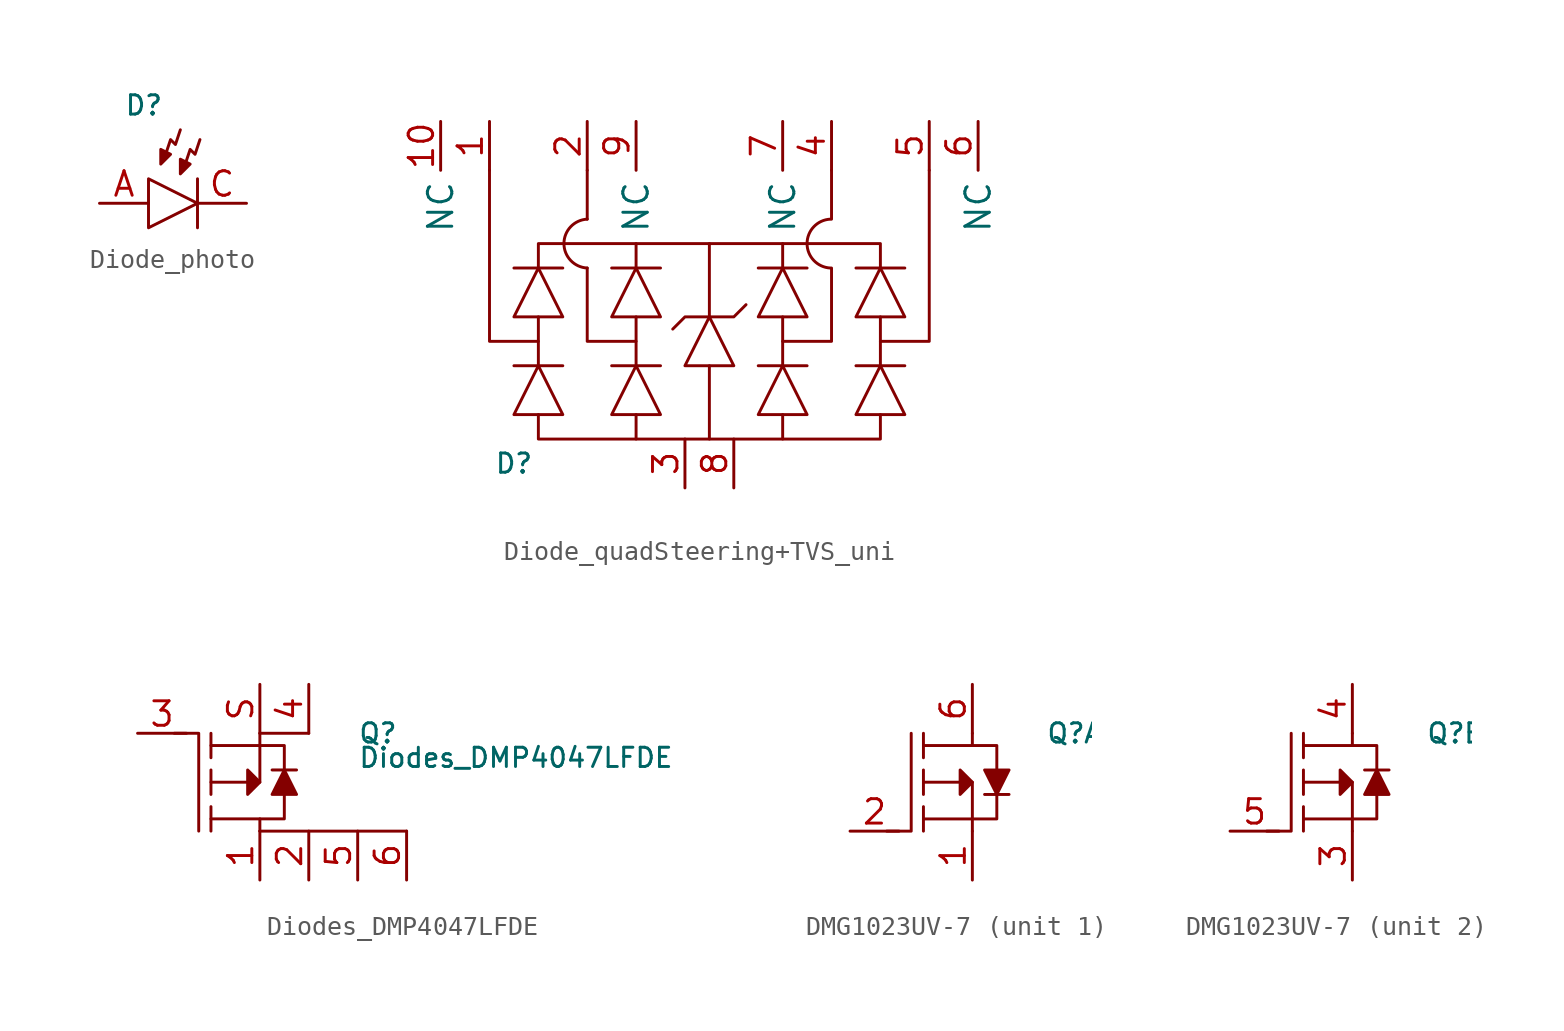
<source format=kicad_sym>
(kicad_symbol_lib
  (version 20231120)
  (generator "kicad_symbol_editor")
  (generator_version "8.0")
  (symbol "Diode_photo"
    (property "Reference" "D"
      (at -2.54 5.08 0)
      (effects (font (size 1 1)) (justify left)))
    (symbol "Diode_photo_0_1"
      (polyline (pts (xy 1.27 1.27) (xy 1.27 -1.27)) (stroke (width 0) (type default)) (fill (type none)))
      (polyline (pts (xy -1.27 1.27) (xy -1.27 -1.27) (xy 1.27 0) (xy -1.27 1.27)) (stroke (width 0) (type default)) (fill (type none)))
      (polyline (pts (xy -0.127 2.54) (xy -0.635 2.794) (xy -0.635 2.032) (xy -0.127 2.54)) (stroke (width 0) (type default)) (fill (type outline)))
      (polyline (pts (xy 0.381 3.81) (xy 0.127 3.048) (xy -0.127 3.302) (xy -0.381 2.54)) (stroke (width 0) (type default)) (fill (type none)))
      (polyline (pts (xy 0.889 2.032) (xy 0.381 2.286) (xy 0.381 1.524) (xy 0.889 2.032)) (stroke (width 0) (type default)) (fill (type outline)))
      (polyline (pts (xy 1.397 3.302) (xy 1.143 2.54) (xy 0.889 2.794) (xy 0.635 2.032)) (stroke (width 0) (type default)) (fill (type none))))
    (symbol "Diode_photo_1_1"
      (pin passive line (at -3.81 0 0) (length 2.54) (name "~" (effects (font (size 1.27 1.27)))) (number "A" (effects (font (size 1.27 1.27)))))
      (pin passive line (at 3.81 0 180) (length 2.54) (name "~" (effects (font (size 1.27 1.27)))) (number "C" (effects (font (size 1.27 1.27)))))))
  (symbol "Diode_quadSteering+TVS_uni"
    (property "Reference" "D"
      (at -10.16 -6.35 0)
      (effects (font (size 1 1))))
    (symbol "Diode_quadSteering+TVS_uni_0_1"
      (arc (start -6.35 6.35) (mid -7.5598 5.08) (end -6.35 3.81) (stroke (width 0.1524) (type default)) (fill (type none)))
      (polyline (pts (xy -10.16 -1.27) (xy -7.62 -1.27)) (stroke (width 0) (type default)) (fill (type none)))
      (polyline (pts (xy -10.16 3.81) (xy -7.62 3.81)) (stroke (width 0) (type default)) (fill (type none)))
      (polyline (pts (xy -8.89 -1.27) (xy -8.89 1.27)) (stroke (width 0) (type default)) (fill (type none)))
      (polyline (pts (xy -6.35 6.35) (xy -6.35 8.89)) (stroke (width 0.152) (type default)) (fill (type none)))
      (polyline (pts (xy -5.08 -1.27) (xy -2.54 -1.27)) (stroke (width 0) (type default)) (fill (type none)))
      (polyline (pts (xy -5.08 3.81) (xy -2.54 3.81)) (stroke (width 0) (type default)) (fill (type none)))
      (polyline (pts (xy -3.81 -1.27) (xy -3.81 1.27)) (stroke (width 0) (type default)) (fill (type none)))
      (polyline (pts (xy 0 -1.27) (xy 0 -5.08)) (stroke (width 0) (type default)) (fill (type none)))
      (polyline (pts (xy 0 1.27) (xy 0 5.08)) (stroke (width 0) (type default)) (fill (type none)))
      (polyline (pts (xy 2.54 -1.27) (xy 5.08 -1.27)) (stroke (width 0) (type default)) (fill (type none)))
      (polyline (pts (xy 2.54 3.81) (xy 5.08 3.81)) (stroke (width 0) (type default)) (fill (type none)))
      (polyline (pts (xy 3.81 -1.27) (xy 3.81 1.27)) (stroke (width 0) (type default)) (fill (type none)))
      (polyline (pts (xy 6.35 6.35) (xy 6.35 8.89)) (stroke (width 0.152) (type default)) (fill (type none)))
      (polyline (pts (xy 7.62 -1.27) (xy 10.16 -1.27)) (stroke (width 0) (type default)) (fill (type none)))
      (polyline (pts (xy 7.62 3.81) (xy 10.16 3.81)) (stroke (width 0) (type default)) (fill (type none)))
      (polyline (pts (xy 8.89 -1.27) (xy 8.89 1.27)) (stroke (width 0) (type default)) (fill (type none)))
      (polyline (pts (xy -11.43 8.89) (xy -11.43 0) (xy -8.89 0)) (stroke (width 0.152) (type default)) (fill (type none)))
      (polyline (pts (xy -8.89 -3.81) (xy -8.89 -5.08) (xy -3.81 -5.08)) (stroke (width 0.152) (type default)) (fill (type none)))
      (polyline (pts (xy -8.89 3.81) (xy -8.89 5.08) (xy -3.81 5.08)) (stroke (width 0.152) (type default)) (fill (type none)))
      (polyline (pts (xy -6.35 3.81) (xy -6.35 0) (xy -3.81 0)) (stroke (width 0.152) (type default)) (fill (type none)))
      (polyline (pts (xy 6.35 3.81) (xy 6.35 0) (xy 3.81 0)) (stroke (width 0.152) (type default)) (fill (type none)))
      (polyline (pts (xy 8.89 -3.81) (xy 8.89 -5.08) (xy 3.81 -5.08)) (stroke (width 0.152) (type default)) (fill (type none)))
      (polyline (pts (xy 8.89 3.81) (xy 8.89 5.08) (xy 3.81 5.08)) (stroke (width 0.152) (type default)) (fill (type none)))
      (polyline (pts (xy 11.43 8.89) (xy 11.43 0) (xy 8.89 0)) (stroke (width 0.152) (type default)) (fill (type none)))
      (polyline (pts (xy -7.62 -3.81) (xy -10.16 -3.81) (xy -8.89 -1.27) (xy -7.62 -3.81)) (stroke (width 0) (type default)) (fill (type none)))
      (polyline (pts (xy -7.62 1.27) (xy -10.16 1.27) (xy -8.89 3.81) (xy -7.62 1.27)) (stroke (width 0) (type default)) (fill (type none)))
      (polyline (pts (xy -3.81 -3.81) (xy -3.81 -5.08) (xy 3.81 -5.08) (xy 3.81 -3.81)) (stroke (width 0) (type default)) (fill (type none)))
      (polyline (pts (xy -3.81 3.81) (xy -3.81 5.08) (xy 3.81 5.08) (xy 3.81 3.81)) (stroke (width 0) (type default)) (fill (type none)))
      (polyline (pts (xy -2.54 -3.81) (xy -5.08 -3.81) (xy -3.81 -1.27) (xy -2.54 -3.81)) (stroke (width 0) (type default)) (fill (type none)))
      (polyline (pts (xy -2.54 1.27) (xy -5.08 1.27) (xy -3.81 3.81) (xy -2.54 1.27)) (stroke (width 0) (type default)) (fill (type none)))
      (polyline (pts (xy -1.905 0.635) (xy -1.27 1.27) (xy 1.27 1.27) (xy 1.905 1.905)) (stroke (width 0) (type default)) (fill (type none)))
      (polyline (pts (xy 0 1.27) (xy -1.27 -1.27) (xy 1.27 -1.27) (xy 0 1.27)) (stroke (width 0) (type default)) (fill (type none)))
      (polyline (pts (xy 5.08 -3.81) (xy 2.54 -3.81) (xy 3.81 -1.27) (xy 5.08 -3.81)) (stroke (width 0) (type default)) (fill (type none)))
      (polyline (pts (xy 5.08 1.27) (xy 2.54 1.27) (xy 3.81 3.81) (xy 5.08 1.27)) (stroke (width 0) (type default)) (fill (type none)))
      (polyline (pts (xy 10.16 -3.81) (xy 7.62 -3.81) (xy 8.89 -1.27) (xy 10.16 -3.81)) (stroke (width 0) (type default)) (fill (type none)))
      (polyline (pts (xy 10.16 1.27) (xy 7.62 1.27) (xy 8.89 3.81) (xy 10.16 1.27)) (stroke (width 0) (type default)) (fill (type none)))
      (arc (start 6.2883 6.35) (mid 5.0785 5.08) (end 6.2883 3.81) (stroke (width 0.1524) (type default)) (fill (type none))))
    (symbol "Diode_quadSteering+TVS_uni_1_1"
      (pin passive line (at -11.43 11.43 270) (length 2.54) (name "~" (effects (font (size 1.27 1.27)))) (number "1" (effects (font (size 1.27 1.27)))))
      (pin passive line (at -13.97 11.43 270) (length 2.54) (name "NC" (effects (font (size 1.27 1.27)))) (number "10" (effects (font (size 1.27 1.27)))))
      (pin passive line (at -6.35 11.43 270) (length 2.54) (name "~" (effects (font (size 1.27 1.27)))) (number "2" (effects (font (size 1.27 1.27)))))
      (pin passive line (at -1.27 -7.62 90) (length 2.54) (name "~" (effects (font (size 1.27 1.27)))) (number "3" (effects (font (size 1.27 1.27)))))
      (pin passive line (at 6.35 11.43 270) (length 2.54) (name "~" (effects (font (size 1.27 1.27)))) (number "4" (effects (font (size 1.27 1.27)))))
      (pin passive line (at 11.43 11.43 270) (length 2.54) (name "~" (effects (font (size 1.27 1.27)))) (number "5" (effects (font (size 1.27 1.27)))))
      (pin passive line (at 13.97 11.43 270) (length 2.54) (name "NC" (effects (font (size 1.27 1.27)))) (number "6" (effects (font (size 1.27 1.27)))))
      (pin passive line (at 3.81 11.43 270) (length 2.54) (name "NC" (effects (font (size 1.27 1.27)))) (number "7" (effects (font (size 1.27 1.27)))))
      (pin passive line (at 1.27 -7.62 90) (length 2.54) (name "~" (effects (font (size 1.27 1.27)))) (number "8" (effects (font (size 1.27 1.27)))))
      (pin passive line (at -3.81 11.43 270) (length 2.54) (name "NC" (effects (font (size 1.27 1.27)))) (number "9" (effects (font (size 1.27 1.27)))))))
  (symbol "Diodes_DMP4047LFDE"
    (pin_names hide)
    (property "Reference" "Q"
      (at 5.08 2.54 0)
      (effects (font (size 1 1)) (justify left)))
    (property "Value" "Diodes_DMP4047LFDE"
      (at 5.08 1.27 0)
      (effects (font (size 1 1)) (justify left)))
    (symbol "Diodes_DMP4047LFDE_0_1"
      (polyline (pts (xy -2.54 -2.54) (xy -2.54 -1.27)) (stroke (width 0) (type default)) (fill (type none)))
      (polyline (pts (xy -2.54 -0.635) (xy -2.54 0.635)) (stroke (width 0) (type default)) (fill (type none)))
      (polyline (pts (xy -2.54 1.27) (xy -2.54 2.54)) (stroke (width 0) (type default)) (fill (type none)))
      (polyline (pts (xy -2.54 1.905) (xy 0 1.905)) (stroke (width 0) (type default)) (fill (type none)))
      (polyline (pts (xy 0.635 0.635) (xy 1.905 0.635)) (stroke (width 0) (type default)) (fill (type none)))
      (polyline (pts (xy 2.54 2.54) (xy 0 2.54)) (stroke (width 0.152) (type default)) (fill (type none)))
      (polyline (pts (xy 7.62 -2.54) (xy 0 -2.54)) (stroke (width 0.152) (type default)) (fill (type none)))
      (polyline (pts (xy -3.175 -2.54) (xy -3.175 2.54) (xy -4.445 2.54)) (stroke (width 0) (type default)) (fill (type none)))
      (polyline (pts (xy -2.54 -1.905) (xy 0 -1.905) (xy 0 -2.54)) (stroke (width 0) (type default)) (fill (type none)))
      (polyline (pts (xy -2.54 0) (xy 0 0) (xy 0 2.54)) (stroke (width 0) (type default)) (fill (type none)))
      (polyline (pts (xy 1.27 -0.635) (xy 1.27 -1.905) (xy 0 -1.905)) (stroke (width 0) (type default)) (fill (type none)))
      (polyline (pts (xy 1.27 0.635) (xy 1.27 1.905) (xy 0 1.905)) (stroke (width 0) (type default)) (fill (type none)))
      (polyline (pts (xy -0.635 -0.635) (xy -0.635 0.635) (xy 0 0) (xy -0.635 -0.635)) (stroke (width 0) (type default)) (fill (type outline)))
      (polyline (pts (xy 0.635 -0.635) (xy 1.905 -0.635) (xy 1.27 0.635) (xy 0.635 -0.635)) (stroke (width 0) (type default)) (fill (type outline))))
    (symbol "Diodes_DMP4047LFDE_1_1"
      (pin bidirectional line (at 0 -5.08 90) (length 2.54) (name "D" (effects (font (size 1.27 1.27)))) (number "1" (effects (font (size 1.27 1.27)))))
      (pin bidirectional line (at 2.54 -5.08 90) (length 2.54) (name "D" (effects (font (size 1.27 1.27)))) (number "2" (effects (font (size 1.27 1.27)))))
      (pin input line (at -6.35 2.54 0) (length 2.54) (name "G" (effects (font (size 1.27 1.27)))) (number "3" (effects (font (size 1.27 1.27)))))
      (pin bidirectional line (at 2.54 5.08 270) (length 2.54) (name "G" (effects (font (size 1.27 1.27)))) (number "4" (effects (font (size 1.27 1.27)))))
      (pin bidirectional line (at 5.08 -5.08 90) (length 2.54) (name "D" (effects (font (size 1.27 1.27)))) (number "5" (effects (font (size 1.27 1.27)))))
      (pin bidirectional line (at 7.62 -5.08 90) (length 2.54) (name "D" (effects (font (size 1.27 1.27)))) (number "6" (effects (font (size 1.27 1.27)))))
      (pin bidirectional line (at 0 5.08 270) (length 2.54) (name "S" (effects (font (size 1.27 1.27)))) (number "S" (effects (font (size 1.27 1.27)))))))
  (symbol "DMG1023UV-7"
    (pin_names hide)
    (property "Reference" "Q"
      (at 3.81 2.54 0)
      (effects (font (size 1 1)) (justify left)))
    (property "ki_locked" ""
      (at 0 0 0)
      (effects (font (size 1.27 1.27))))
    (symbol "DMG1023UV-7_1_1"
      (polyline (pts (xy -2.54 -1.905) (xy 0 -1.905)) (stroke (width 0) (type default)) (fill (type none)))
      (polyline (pts (xy -2.54 -1.27) (xy -2.54 -2.54)) (stroke (width 0) (type default)) (fill (type none)))
      (polyline (pts (xy -2.54 0.635) (xy -2.54 -0.635)) (stroke (width 0) (type default)) (fill (type none)))
      (polyline (pts (xy -2.54 2.54) (xy -2.54 1.27)) (stroke (width 0) (type default)) (fill (type none)))
      (polyline (pts (xy 1.905 -0.635) (xy 0.635 -0.635)) (stroke (width 0) (type default)) (fill (type none)))
      (polyline (pts (xy -3.175 2.54) (xy -3.175 -2.54) (xy -4.445 -2.54)) (stroke (width 0) (type default)) (fill (type none)))
      (polyline (pts (xy -2.54 0) (xy 0 0) (xy 0 -2.54)) (stroke (width 0) (type default)) (fill (type none)))
      (polyline (pts (xy -2.54 1.905) (xy 0 1.905) (xy 0 2.54)) (stroke (width 0) (type default)) (fill (type none)))
      (polyline (pts (xy 1.27 -0.635) (xy 1.27 -1.905) (xy 0 -1.905)) (stroke (width 0) (type default)) (fill (type none)))
      (polyline (pts (xy 1.27 0.635) (xy 1.27 1.905) (xy 0 1.905)) (stroke (width 0) (type default)) (fill (type none)))
      (polyline (pts (xy -0.635 -0.635) (xy -0.635 0.635) (xy 0 0) (xy -0.635 -0.635)) (stroke (width 0) (type default)) (fill (type outline)))
      (polyline (pts (xy 1.27 -0.635) (xy 1.905 0.635) (xy 0.635 0.635) (xy 1.27 -0.635)) (stroke (width 0) (type default)) (fill (type outline)))
      (pin bidirectional line (at 0 -5.08 90) (length 2.54) (name "~" (effects (font (size 1.27 1.27)))) (number "1" (effects (font (size 1.27 1.27)))))
      (pin input line (at -6.35 -2.54 0) (length 2.54) (name "~" (effects (font (size 1.27 1.27)))) (number "2" (effects (font (size 1.27 1.27)))))
      (pin bidirectional line (at 0 5.08 270) (length 2.54) (name "~" (effects (font (size 1.27 1.27)))) (number "6" (effects (font (size 1.27 1.27))))))
    (symbol "DMG1023UV-7_2_1"
      (polyline (pts (xy -2.54 -1.905) (xy 0 -1.905)) (stroke (width 0) (type default)) (fill (type none)))
      (polyline (pts (xy -2.54 -1.27) (xy -2.54 -2.54)) (stroke (width 0) (type default)) (fill (type none)))
      (polyline (pts (xy -2.54 0.635) (xy -2.54 -0.635)) (stroke (width 0) (type default)) (fill (type none)))
      (polyline (pts (xy -2.54 2.54) (xy -2.54 1.27)) (stroke (width 0) (type default)) (fill (type none)))
      (polyline (pts (xy 1.905 0.635) (xy 0.635 0.635)) (stroke (width 0) (type default)) (fill (type none)))
      (polyline (pts (xy -3.175 2.54) (xy -3.175 -2.54) (xy -4.445 -2.54)) (stroke (width 0) (type default)) (fill (type none)))
      (polyline (pts (xy -2.54 0) (xy 0 0) (xy 0 -2.54)) (stroke (width 0) (type default)) (fill (type none)))
      (polyline (pts (xy -2.54 1.905) (xy 0 1.905) (xy 0 2.54)) (stroke (width 0) (type default)) (fill (type none)))
      (polyline (pts (xy 1.27 -0.635) (xy 1.27 -1.905) (xy 0 -1.905)) (stroke (width 0) (type default)) (fill (type none)))
      (polyline (pts (xy 1.27 0.635) (xy 1.27 1.905) (xy 0 1.905)) (stroke (width 0) (type default)) (fill (type none)))
      (polyline (pts (xy -0.635 0.635) (xy -0.635 -0.635) (xy 0 0) (xy -0.635 0.635)) (stroke (width 0) (type default)) (fill (type outline)))
      (polyline (pts (xy 1.905 -0.635) (xy 0.635 -0.635) (xy 1.27 0.635) (xy 1.905 -0.635)) (stroke (width 0) (type default)) (fill (type outline)))
      (pin bidirectional line (at 0 -5.08 90) (length 2.54) (name "~" (effects (font (size 1.27 1.27)))) (number "3" (effects (font (size 1.27 1.27)))))
      (pin bidirectional line (at 0 5.08 270) (length 2.54) (name "~" (effects (font (size 1.27 1.27)))) (number "4" (effects (font (size 1.27 1.27)))))
      (pin input line (at -6.35 -2.54 0) (length 2.54) (name "~" (effects (font (size 1.27 1.27)))) (number "5" (effects (font (size 1.27 1.27))))))))
</source>
